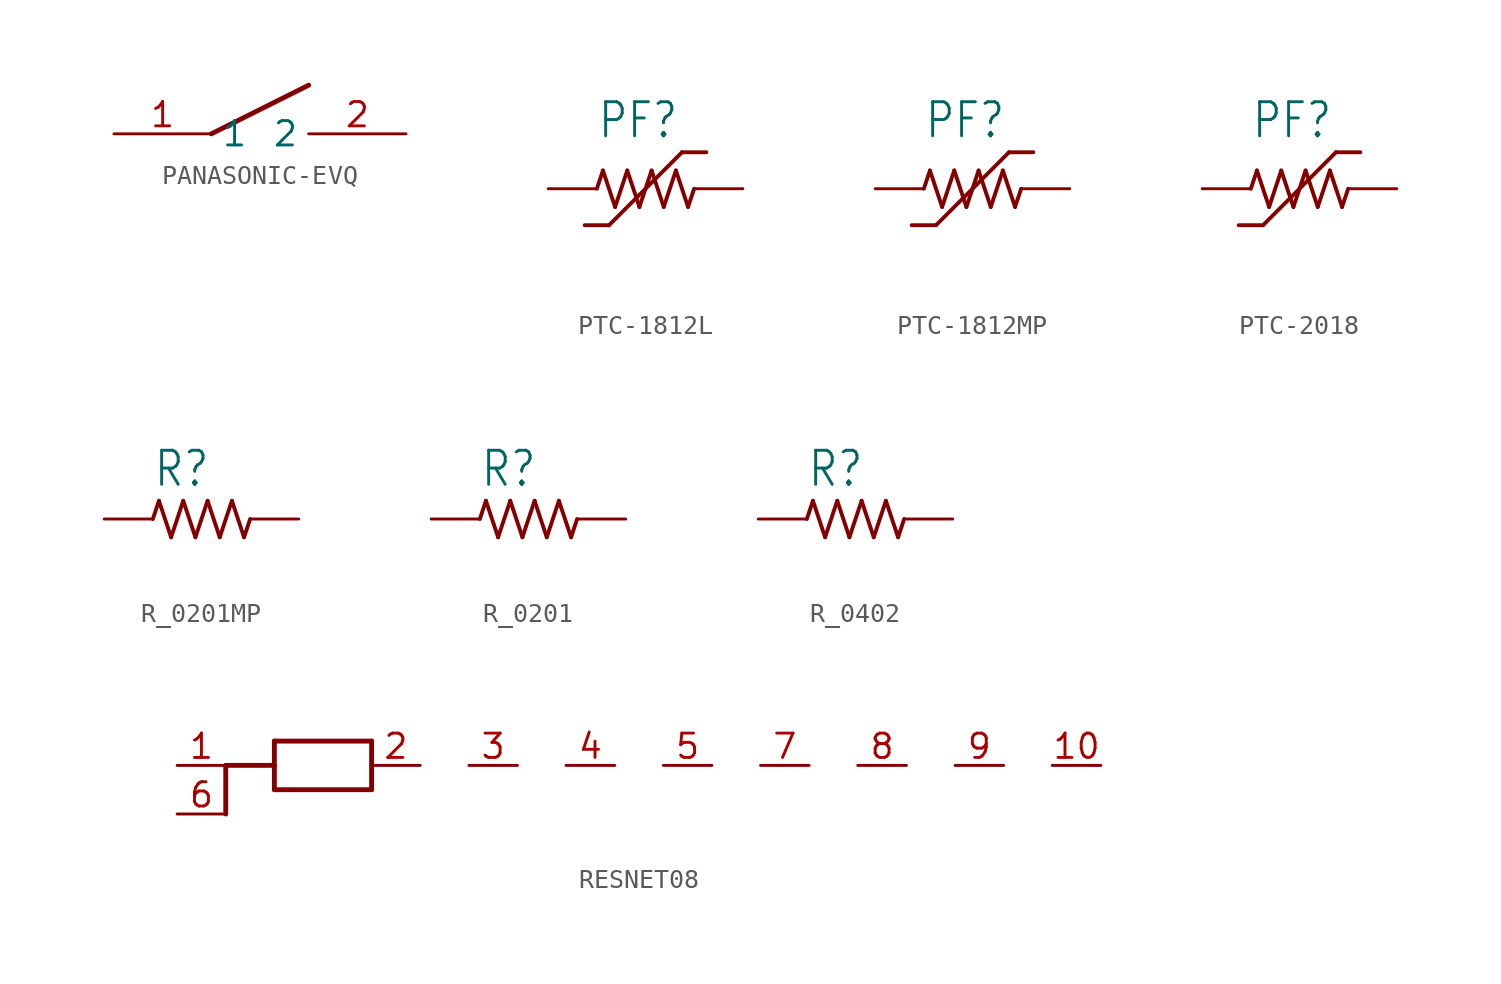
<source format=kicad_sym>
(kicad_symbol_lib
  (version 20231120)
  (generator "kicad_symbol_editor")
  (generator_version "8.0")
  (symbol "PANASONIC-EVQ"
    (property "Reference" ""
      (at 0 0 0)
      (effects (font (size 1.27 1.27)) (hide yes)))
    (property "ki_locked" ""
      (at 0 0 0)
      (effects (font (size 1.27 1.27))))
    (symbol "PANASONIC-EVQ_1_0"
      (polyline (pts (xy -2.54 0) (xy 2.54 2.54)) (stroke (width 0.254) (type solid)) (fill (type none)))
      (pin bidirectional line (at -7.62 0 0) (length 5.08) (name "1" (effects (font (size 1.27 1.27)))) (number "1" (effects (font (size 1.27 1.27)))))
      (pin bidirectional line (at 7.62 0 180) (length 5.08) (name "2" (effects (font (size 1.27 1.27)))) (number "2" (effects (font (size 1.27 1.27)))))))
  (symbol "PTC-1812L"
    (property "Reference" "PF"
      (at -2.54 2.54 0)
      (effects (font (size 1.778 1.511)) (justify left bottom)))
    (property "Value" ""
      (at -5.08 -5.08 0)
      (effects (font (size 1.778 1.511)) (justify left bottom)))
    (property "ki_locked" ""
      (at 0 0 0)
      (effects (font (size 1.27 1.27))))
    (symbol "PTC-1812L_1_0"
      (polyline (pts (xy -2.54 0) (xy -2.223 0.953)) (stroke (width 0.203) (type solid)) (fill (type none)))
      (polyline (pts (xy -2.223 0.953) (xy -1.587 -0.953)) (stroke (width 0.203) (type solid)) (fill (type none)))
      (polyline (pts (xy -1.905 -1.905) (xy -3.175 -1.905)) (stroke (width 0.203) (type solid)) (fill (type none)))
      (polyline (pts (xy -1.587 -0.953) (xy -0.953 0.953)) (stroke (width 0.203) (type solid)) (fill (type none)))
      (polyline (pts (xy -0.953 0.953) (xy -0.318 -0.953)) (stroke (width 0.203) (type solid)) (fill (type none)))
      (polyline (pts (xy -0.318 -0.953) (xy 0.318 0.953)) (stroke (width 0.203) (type solid)) (fill (type none)))
      (polyline (pts (xy 0.318 0.953) (xy 0.953 -0.953)) (stroke (width 0.203) (type solid)) (fill (type none)))
      (polyline (pts (xy 0.953 -0.953) (xy 1.587 0.953)) (stroke (width 0.203) (type solid)) (fill (type none)))
      (polyline (pts (xy 1.587 0.953) (xy 2.223 -0.953)) (stroke (width 0.203) (type solid)) (fill (type none)))
      (polyline (pts (xy 1.905 1.905) (xy -1.905 -1.905)) (stroke (width 0.203) (type solid)) (fill (type none)))
      (polyline (pts (xy 2.223 -0.953) (xy 2.54 0)) (stroke (width 0.203) (type solid)) (fill (type none)))
      (polyline (pts (xy 3.175 1.905) (xy 1.905 1.905)) (stroke (width 0.203) (type solid)) (fill (type none)))
      (pin passive line (at -5.08 0 0) (length 2.54) (name "1" (effects (font (size 0 0)))) (number "1" (effects (font (size 0 0)))))
      (pin passive line (at 5.08 0 180) (length 2.54) (name "2" (effects (font (size 0 0)))) (number "2" (effects (font (size 0 0)))))))
  (symbol "PTC-1812MP"
    (property "Reference" "PF"
      (at -2.54 2.54 0)
      (effects (font (size 1.778 1.511)) (justify left bottom)))
    (property "Value" ""
      (at -5.08 -5.08 0)
      (effects (font (size 1.778 1.511)) (justify left bottom)))
    (property "ki_locked" ""
      (at 0 0 0)
      (effects (font (size 1.27 1.27))))
    (symbol "PTC-1812MP_1_0"
      (polyline (pts (xy -2.54 0) (xy -2.223 0.953)) (stroke (width 0.203) (type solid)) (fill (type none)))
      (polyline (pts (xy -2.223 0.953) (xy -1.587 -0.953)) (stroke (width 0.203) (type solid)) (fill (type none)))
      (polyline (pts (xy -1.905 -1.905) (xy -3.175 -1.905)) (stroke (width 0.203) (type solid)) (fill (type none)))
      (polyline (pts (xy -1.587 -0.953) (xy -0.953 0.953)) (stroke (width 0.203) (type solid)) (fill (type none)))
      (polyline (pts (xy -0.953 0.953) (xy -0.318 -0.953)) (stroke (width 0.203) (type solid)) (fill (type none)))
      (polyline (pts (xy -0.318 -0.953) (xy 0.318 0.953)) (stroke (width 0.203) (type solid)) (fill (type none)))
      (polyline (pts (xy 0.318 0.953) (xy 0.953 -0.953)) (stroke (width 0.203) (type solid)) (fill (type none)))
      (polyline (pts (xy 0.953 -0.953) (xy 1.587 0.953)) (stroke (width 0.203) (type solid)) (fill (type none)))
      (polyline (pts (xy 1.587 0.953) (xy 2.223 -0.953)) (stroke (width 0.203) (type solid)) (fill (type none)))
      (polyline (pts (xy 1.905 1.905) (xy -1.905 -1.905)) (stroke (width 0.203) (type solid)) (fill (type none)))
      (polyline (pts (xy 2.223 -0.953) (xy 2.54 0)) (stroke (width 0.203) (type solid)) (fill (type none)))
      (polyline (pts (xy 3.175 1.905) (xy 1.905 1.905)) (stroke (width 0.203) (type solid)) (fill (type none)))
      (pin passive line (at -5.08 0 0) (length 2.54) (name "1" (effects (font (size 0 0)))) (number "1" (effects (font (size 0 0)))))
      (pin passive line (at 5.08 0 180) (length 2.54) (name "2" (effects (font (size 0 0)))) (number "2" (effects (font (size 0 0)))))))
  (symbol "PTC-2018"
    (property "Reference" "PF"
      (at -2.54 2.54 0)
      (effects (font (size 1.778 1.511)) (justify left bottom)))
    (property "Value" ""
      (at -5.08 -5.08 0)
      (effects (font (size 1.778 1.511)) (justify left bottom)))
    (property "ki_locked" ""
      (at 0 0 0)
      (effects (font (size 1.27 1.27))))
    (symbol "PTC-2018_1_0"
      (polyline (pts (xy -2.54 0) (xy -2.223 0.953)) (stroke (width 0.203) (type solid)) (fill (type none)))
      (polyline (pts (xy -2.223 0.953) (xy -1.587 -0.953)) (stroke (width 0.203) (type solid)) (fill (type none)))
      (polyline (pts (xy -1.905 -1.905) (xy -3.175 -1.905)) (stroke (width 0.203) (type solid)) (fill (type none)))
      (polyline (pts (xy -1.587 -0.953) (xy -0.953 0.953)) (stroke (width 0.203) (type solid)) (fill (type none)))
      (polyline (pts (xy -0.953 0.953) (xy -0.318 -0.953)) (stroke (width 0.203) (type solid)) (fill (type none)))
      (polyline (pts (xy -0.318 -0.953) (xy 0.318 0.953)) (stroke (width 0.203) (type solid)) (fill (type none)))
      (polyline (pts (xy 0.318 0.953) (xy 0.953 -0.953)) (stroke (width 0.203) (type solid)) (fill (type none)))
      (polyline (pts (xy 0.953 -0.953) (xy 1.587 0.953)) (stroke (width 0.203) (type solid)) (fill (type none)))
      (polyline (pts (xy 1.587 0.953) (xy 2.223 -0.953)) (stroke (width 0.203) (type solid)) (fill (type none)))
      (polyline (pts (xy 1.905 1.905) (xy -1.905 -1.905)) (stroke (width 0.203) (type solid)) (fill (type none)))
      (polyline (pts (xy 2.223 -0.953) (xy 2.54 0)) (stroke (width 0.203) (type solid)) (fill (type none)))
      (polyline (pts (xy 3.175 1.905) (xy 1.905 1.905)) (stroke (width 0.203) (type solid)) (fill (type none)))
      (pin passive line (at -5.08 0 0) (length 2.54) (name "1" (effects (font (size 0 0)))) (number "1" (effects (font (size 0 0)))))
      (pin passive line (at 5.08 0 180) (length 2.54) (name "2" (effects (font (size 0 0)))) (number "2" (effects (font (size 0 0)))))))
  (symbol "R_0201MP"
    (property "Reference" "R"
      (at -2.54 1.587 0)
      (effects (font (size 1.778 1.511)) (justify left bottom)))
    (property "Value" ""
      (at -2.54 -3.175 0)
      (effects (font (size 1.778 1.511)) (justify left bottom)))
    (property "ki_locked" ""
      (at 0 0 0)
      (effects (font (size 1.27 1.27))))
    (symbol "R_0201MP_1_0"
      (polyline (pts (xy -2.54 0) (xy -2.223 0.953)) (stroke (width 0.203) (type solid)) (fill (type none)))
      (polyline (pts (xy -2.223 0.953) (xy -1.587 -0.953)) (stroke (width 0.203) (type solid)) (fill (type none)))
      (polyline (pts (xy -1.587 -0.953) (xy -0.953 0.953)) (stroke (width 0.203) (type solid)) (fill (type none)))
      (polyline (pts (xy -0.953 0.953) (xy -0.318 -0.953)) (stroke (width 0.203) (type solid)) (fill (type none)))
      (polyline (pts (xy -0.318 -0.953) (xy 0.318 0.953)) (stroke (width 0.203) (type solid)) (fill (type none)))
      (polyline (pts (xy 0.318 0.953) (xy 0.953 -0.953)) (stroke (width 0.203) (type solid)) (fill (type none)))
      (polyline (pts (xy 0.953 -0.953) (xy 1.587 0.953)) (stroke (width 0.203) (type solid)) (fill (type none)))
      (polyline (pts (xy 1.587 0.953) (xy 2.223 -0.953)) (stroke (width 0.203) (type solid)) (fill (type none)))
      (polyline (pts (xy 2.223 -0.953) (xy 2.54 0)) (stroke (width 0.203) (type solid)) (fill (type none)))
      (pin passive line (at -5.08 0 0) (length 2.54) (name "1" (effects (font (size 0 0)))) (number "1" (effects (font (size 0 0)))))
      (pin passive line (at 5.08 0 180) (length 2.54) (name "2" (effects (font (size 0 0)))) (number "2" (effects (font (size 0 0)))))))
  (symbol "R_0201"
    (property "Reference" "R"
      (at -2.54 1.587 0)
      (effects (font (size 1.778 1.511)) (justify left bottom)))
    (property "Value" ""
      (at -2.54 -3.175 0)
      (effects (font (size 1.778 1.511)) (justify left bottom)))
    (property "ki_locked" ""
      (at 0 0 0)
      (effects (font (size 1.27 1.27))))
    (symbol "R_0201_1_0"
      (polyline (pts (xy -2.54 0) (xy -2.223 0.953)) (stroke (width 0.203) (type solid)) (fill (type none)))
      (polyline (pts (xy -2.223 0.953) (xy -1.587 -0.953)) (stroke (width 0.203) (type solid)) (fill (type none)))
      (polyline (pts (xy -1.587 -0.953) (xy -0.953 0.953)) (stroke (width 0.203) (type solid)) (fill (type none)))
      (polyline (pts (xy -0.953 0.953) (xy -0.318 -0.953)) (stroke (width 0.203) (type solid)) (fill (type none)))
      (polyline (pts (xy -0.318 -0.953) (xy 0.318 0.953)) (stroke (width 0.203) (type solid)) (fill (type none)))
      (polyline (pts (xy 0.318 0.953) (xy 0.953 -0.953)) (stroke (width 0.203) (type solid)) (fill (type none)))
      (polyline (pts (xy 0.953 -0.953) (xy 1.587 0.953)) (stroke (width 0.203) (type solid)) (fill (type none)))
      (polyline (pts (xy 1.587 0.953) (xy 2.223 -0.953)) (stroke (width 0.203) (type solid)) (fill (type none)))
      (polyline (pts (xy 2.223 -0.953) (xy 2.54 0)) (stroke (width 0.203) (type solid)) (fill (type none)))
      (pin passive line (at -5.08 0 0) (length 2.54) (name "1" (effects (font (size 0 0)))) (number "1" (effects (font (size 0 0)))))
      (pin passive line (at 5.08 0 180) (length 2.54) (name "2" (effects (font (size 0 0)))) (number "2" (effects (font (size 0 0)))))))
  (symbol "R_0402"
    (property "Reference" "R"
      (at -2.54 1.587 0)
      (effects (font (size 1.778 1.511)) (justify left bottom)))
    (property "Value" ""
      (at -2.54 -3.175 0)
      (effects (font (size 1.778 1.511)) (justify left bottom)))
    (property "ki_locked" ""
      (at 0 0 0)
      (effects (font (size 1.27 1.27))))
    (symbol "R_0402_1_0"
      (polyline (pts (xy -2.54 0) (xy -2.223 0.953)) (stroke (width 0.203) (type solid)) (fill (type none)))
      (polyline (pts (xy -2.223 0.953) (xy -1.587 -0.953)) (stroke (width 0.203) (type solid)) (fill (type none)))
      (polyline (pts (xy -1.587 -0.953) (xy -0.953 0.953)) (stroke (width 0.203) (type solid)) (fill (type none)))
      (polyline (pts (xy -0.953 0.953) (xy -0.318 -0.953)) (stroke (width 0.203) (type solid)) (fill (type none)))
      (polyline (pts (xy -0.318 -0.953) (xy 0.318 0.953)) (stroke (width 0.203) (type solid)) (fill (type none)))
      (polyline (pts (xy 0.318 0.953) (xy 0.953 -0.953)) (stroke (width 0.203) (type solid)) (fill (type none)))
      (polyline (pts (xy 0.953 -0.953) (xy 1.587 0.953)) (stroke (width 0.203) (type solid)) (fill (type none)))
      (polyline (pts (xy 1.587 0.953) (xy 2.223 -0.953)) (stroke (width 0.203) (type solid)) (fill (type none)))
      (polyline (pts (xy 2.223 -0.953) (xy 2.54 0)) (stroke (width 0.203) (type solid)) (fill (type none)))
      (pin passive line (at -5.08 0 0) (length 2.54) (name "1" (effects (font (size 0 0)))) (number "1" (effects (font (size 0 0)))))
      (pin passive line (at 5.08 0 180) (length 2.54) (name "2" (effects (font (size 0 0)))) (number "2" (effects (font (size 0 0)))))))
  (symbol "RESNET08"
    (property "Reference" ""
      (at -7.62 2.54 0)
      (effects (font (size 1.778 1.511)) (justify left bottom) (hide yes)))
    (property "Value" ""
      (at -7.62 -4.318 0)
      (effects (font (size 1.778 1.511)) (justify left bottom)))
    (property "ki_locked" ""
      (at 0 0 0)
      (effects (font (size 1.27 1.27))))
    (symbol "RESNET08_1_0"
      (polyline (pts (xy -10.16 -2.54) (xy -10.16 0)) (stroke (width 0.254) (type solid)) (fill (type none)))
      (polyline (pts (xy -7.62 -1.27) (xy -2.54 -1.27)) (stroke (width 0.254) (type solid)) (fill (type none)))
      (polyline (pts (xy -7.62 0) (xy -10.16 0)) (stroke (width 0.254) (type solid)) (fill (type none)))
      (polyline (pts (xy -7.62 0) (xy -7.62 -1.27)) (stroke (width 0.254) (type solid)) (fill (type none)))
      (polyline (pts (xy -7.62 1.27) (xy -7.62 0)) (stroke (width 0.254) (type solid)) (fill (type none)))
      (polyline (pts (xy -2.54 -1.27) (xy -2.54 1.27)) (stroke (width 0.254) (type solid)) (fill (type none)))
      (polyline (pts (xy -2.54 1.27) (xy -7.62 1.27)) (stroke (width 0.254) (type solid)) (fill (type none)))
      (pin passive line (at -12.7 0 0) (length 2.54) (name "1" (effects (font (size 0 0)))) (number "1" (effects (font (size 1.27 1.27)))))
      (pin passive line (at 35.56 0 180) (length 2.54) (name "9" (effects (font (size 0 0)))) (number "10" (effects (font (size 1.27 1.27)))))
      (pin passive line (at 0 0 180) (length 2.54) (name "2" (effects (font (size 0 0)))) (number "2" (effects (font (size 1.27 1.27)))))
      (pin passive line (at 5.08 0 180) (length 2.54) (name "3" (effects (font (size 0 0)))) (number "3" (effects (font (size 1.27 1.27)))))
      (pin passive line (at 10.16 0 180) (length 2.54) (name "4" (effects (font (size 0 0)))) (number "4" (effects (font (size 1.27 1.27)))))
      (pin passive line (at 15.24 0 180) (length 2.54) (name "5" (effects (font (size 0 0)))) (number "5" (effects (font (size 1.27 1.27)))))
      (pin passive line (at -12.7 -2.54 0) (length 2.54) (name "10" (effects (font (size 0 0)))) (number "6" (effects (font (size 1.27 1.27)))))
      (pin passive line (at 20.32 0 180) (length 2.54) (name "6" (effects (font (size 0 0)))) (number "7" (effects (font (size 1.27 1.27)))))
      (pin passive line (at 25.4 0 180) (length 2.54) (name "7" (effects (font (size 0 0)))) (number "8" (effects (font (size 1.27 1.27)))))
      (pin passive line (at 30.48 0 180) (length 2.54) (name "8" (effects (font (size 0 0)))) (number "9" (effects (font (size 1.27 1.27))))))))
</source>
